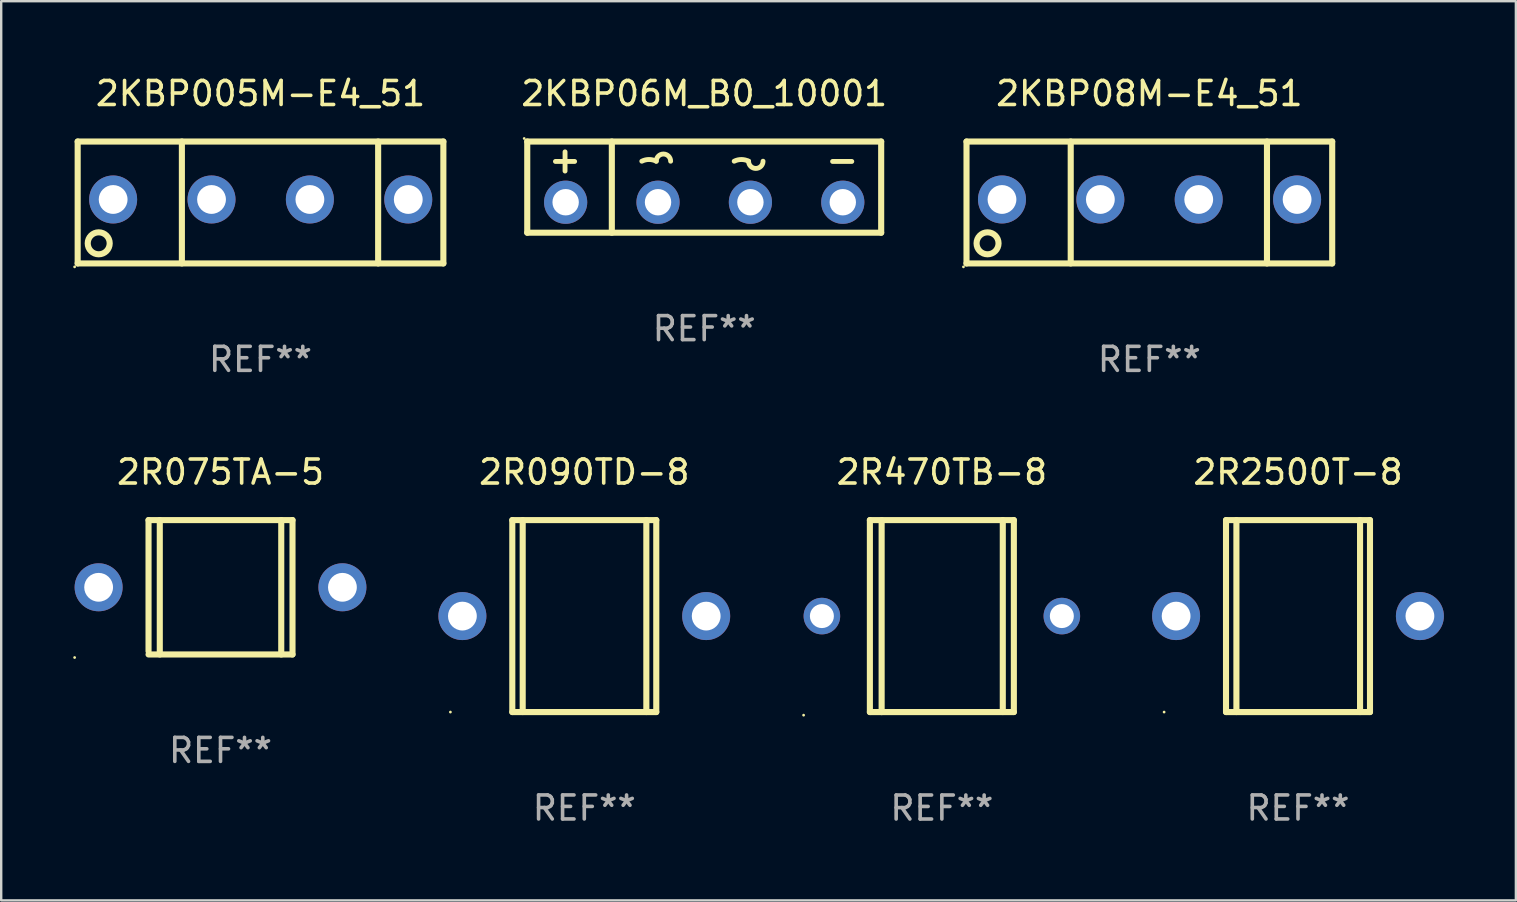
<source format=kicad_pcb>
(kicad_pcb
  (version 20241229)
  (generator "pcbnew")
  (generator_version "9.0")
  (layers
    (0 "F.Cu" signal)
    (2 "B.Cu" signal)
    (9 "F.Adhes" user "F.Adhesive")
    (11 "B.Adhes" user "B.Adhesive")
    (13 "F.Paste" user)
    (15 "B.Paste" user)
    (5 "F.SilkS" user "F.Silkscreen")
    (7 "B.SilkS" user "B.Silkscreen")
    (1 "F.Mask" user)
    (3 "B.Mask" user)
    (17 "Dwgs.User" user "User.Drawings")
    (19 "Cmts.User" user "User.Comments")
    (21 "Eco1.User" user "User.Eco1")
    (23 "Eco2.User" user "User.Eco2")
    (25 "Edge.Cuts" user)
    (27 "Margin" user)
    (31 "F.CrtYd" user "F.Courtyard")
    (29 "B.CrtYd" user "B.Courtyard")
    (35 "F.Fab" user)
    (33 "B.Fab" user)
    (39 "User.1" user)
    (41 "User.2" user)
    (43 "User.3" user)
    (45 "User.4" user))
  (footprint "2R075TA-5"
    (layer "F.Cu")
    (at 6.14 21.425)
    (property "Reference" "2R075TA-5" (at 0 -4.8 0) (layer "F.SilkS") (effects (font (size 1 1) (thickness 0.15))))
    (attr through_hole)
    (fp_line (start -3 -2.8) (end -3 2.667) (stroke (width 0.254) (type solid)) (layer "F.SilkS"))
    (fp_line (start -3 -2.8) (end 3 -2.8) (stroke (width 0.254) (type solid)) (layer "F.SilkS"))
    (fp_line (start -3 2.8) (end 3 2.8) (stroke (width 0.254) (type solid)) (layer "F.SilkS"))
    (fp_line (start -2.531 -2.8) (end -2.531 2.8) (stroke (width 0.254) (type solid)) (layer "F.SilkS"))
    (fp_line (start 2.531 -2.8) (end 2.531 2.8) (stroke (width 0.254) (type solid)) (layer "F.SilkS"))
    (fp_line (start 3 -2.8) (end 3 2.8) (stroke (width 0.254) (type solid)) (layer "F.SilkS"))
    (fp_circle (center -6.08 2.927) (end -6.05 2.927) (stroke (width 0.06) (type solid)) (fill no) (layer "F.SilkS"))
    (fp_text user "REF**" (at 0 6.8 0) (layer "F.Fab") (effects (font (size 1 1) (thickness 0.15))))
    (pad "1" thru_hole circle (at -5.08 0) (size 2 2) (drill 1.2) (layers "*.Cu" "*.Mask"))
    (pad "2" thru_hole circle (at 5.08 0) (size 2 2) (drill 1.2) (layers "*.Cu" "*.Mask")))
  (footprint "2R090TD-8"
    (layer "F.Cu")
    (at 21.3 22.625)
    (property "Reference" "2R090TD-8" (at 0 -6 0) (layer "F.SilkS") (effects (font (size 1 1) (thickness 0.15))))
    (attr through_hole)
    (fp_line (start -3 -4) (end -3 4) (stroke (width 0.254) (type solid)) (layer "F.SilkS"))
    (fp_line (start -3 -4) (end 3 -4) (stroke (width 0.254) (type solid)) (layer "F.SilkS"))
    (fp_line (start -3 4) (end 3 4) (stroke (width 0.254) (type solid)) (layer "F.SilkS"))
    (fp_line (start -2.567 -4) (end -2.567 4) (stroke (width 0.254) (type solid)) (layer "F.SilkS"))
    (fp_line (start 2.586 -4) (end 2.586 4) (stroke (width 0.254) (type solid)) (layer "F.SilkS"))
    (fp_line (start 3 -4) (end 3 4) (stroke (width 0.254) (type solid)) (layer "F.SilkS"))
    (fp_circle (center -5.58 4) (end -5.55 4) (stroke (width 0.06) (type solid)) (fill no) (layer "F.SilkS"))
    (fp_text user "REF**" (at 0 8 0) (layer "F.Fab") (effects (font (size 1 1) (thickness 0.15))))
    (pad "1" thru_hole circle (at -5.08 0) (size 2 2) (drill 1.2) (layers "*.Cu" "*.Mask"))
    (pad "2" thru_hole circle (at 5.08 0) (size 2 2) (drill 1.2) (layers "*.Cu" "*.Mask")))
  (footprint "2R470TB-8"
    (layer "F.Cu")
    (at 36.202 22.626)
    (property "Reference" "2R470TB-8" (at 0 -6.001 0) (layer "F.SilkS") (effects (font (size 1 1) (thickness 0.15))))
    (attr through_hole)
    (fp_line (start -3 -4.001) (end -3 3.999) (stroke (width 0.254) (type solid)) (layer "F.SilkS"))
    (fp_line (start -3 -4.001) (end 3 -4.001) (stroke (width 0.254) (type solid)) (layer "F.SilkS"))
    (fp_line (start -2.51 4.001) (end -2.51 -3.999) (stroke (width 0.254) (type solid)) (layer "F.SilkS"))
    (fp_line (start 2.539 3.999) (end 2.539 -4.001) (stroke (width 0.254) (type solid)) (layer "F.SilkS"))
    (fp_line (start 3 3.999) (end -3 3.999) (stroke (width 0.254) (type solid)) (layer "F.SilkS"))
    (fp_line (start 3 3.999) (end 3 -4.001) (stroke (width 0.254) (type solid)) (layer "F.SilkS"))
    (fp_circle (center -5.762 4.128) (end -5.732 4.128) (stroke (width 0.06) (type solid)) (fill no) (layer "F.SilkS"))
    (fp_text user "REF**" (at 0 8.001 0) (layer "F.Fab") (effects (font (size 1 1) (thickness 0.15))))
    (pad "1" thru_hole circle (at -5 -0.001) (size 1.524 1.524) (drill 1) (layers "*.Cu" "*.Mask"))
    (pad "2" thru_hole circle (at 5 -0.001) (size 1.524 1.524) (drill 1) (layers "*.Cu" "*.Mask")))
  (footprint "2KBP005M-E4_51"
    (layer "F.Cu")
    (at 7.807 5.388)
    (property "Reference" "2KBP005M-E4_51" (at 0 -4.54 0) (layer "F.SilkS") (effects (font (size 1 1) (thickness 0.15))))
    (attr through_hole)
    (fp_line (start -7.62 -2.54) (end -7.62 2.54) (stroke (width 0.254) (type solid)) (layer "F.SilkS"))
    (fp_line (start -7.62 -2.54) (end 7.62 -2.54) (stroke (width 0.254) (type solid)) (layer "F.SilkS"))
    (fp_line (start -7.62 2.54) (end 7.62 2.54) (stroke (width 0.254) (type solid)) (layer "F.SilkS"))
    (fp_line (start -3.277 -2.54) (end -3.277 2.54) (stroke (width 0.254) (type solid)) (layer "F.SilkS"))
    (fp_line (start 4.902 -2.54) (end 4.902 2.54) (stroke (width 0.254) (type solid)) (layer "F.SilkS"))
    (fp_line (start 7.62 -2.54) (end 7.62 2.54) (stroke (width 0.254) (type solid)) (layer "F.SilkS"))
    (fp_circle (center -7.747 2.683) (end -7.717 2.683) (stroke (width 0.06) (type solid)) (fill no) (layer "F.SilkS"))
    (fp_circle (center -6.743 1.702) (end -6.285 1.702) (stroke (width 0.254) (type solid)) (fill no) (layer "F.SilkS"))
    (fp_text user "REF**" (at 0 6.54 0) (layer "F.Fab") (effects (font (size 1 1) (thickness 0.15))))
    (pad "1" thru_hole circle (at -6.142 -0.125) (size 2 2) (drill 1.2) (layers "*.Cu" "*.Mask"))
    (pad "2" thru_hole circle (at -2.042 -0.125) (size 2 2) (drill 1.2) (layers "*.Cu" "*.Mask"))
    (pad "3" thru_hole circle (at 2.057 -0.125) (size 2 2) (drill 1.2) (layers "*.Cu" "*.Mask"))
    (pad "4" thru_hole circle (at 6.157 -0.125) (size 2 2) (drill 1.2) (layers "*.Cu" "*.Mask")))
  (footprint "2KBP06M_B0_10001"
    (layer "F.Cu")
    (at 26.298 4.748)
    (property "Reference" "2KBP06M_B0_10001" (at 0 -3.9 0) (layer "F.SilkS") (effects (font (size 1 1) (thickness 0.15))))
    (attr through_hole)
    (fp_line (start -7.375 1.9) (end -7.375 -1.9) (stroke (width 0.254) (type solid)) (layer "F.SilkS"))
    (fp_line (start -7.375 1.9) (end 7.375 1.9) (stroke (width 0.254) (type solid)) (layer "F.SilkS"))
    (fp_line (start -5.8 -0.67) (end -5.8 -1.47) (stroke (width 0.203) (type solid)) (layer "F.SilkS"))
    (fp_line (start -5.4 -1.07) (end -6.2 -1.07) (stroke (width 0.203) (type solid)) (layer "F.SilkS"))
    (fp_line (start -3.85 1.9) (end -3.85 -1.9) (stroke (width 0.254) (type solid)) (layer "F.SilkS"))
    (fp_line (start 6.15 -1.07) (end 5.35 -1.07) (stroke (width 0.203) (type solid)) (layer "F.SilkS"))
    (fp_line (start 7.375 -1.9) (end -7.375 -1.9) (stroke (width 0.254) (type solid)) (layer "F.SilkS"))
    (fp_line (start 7.375 1.9) (end 7.375 -1.9) (stroke (width 0.254) (type solid)) (layer "F.SilkS"))
    (fp_arc (start -2.600965 -1.079426) (mid -2.299974 -1.150585) (end -1.998984 -1.079425) (stroke (width 0.2032) (type solid)) (layer "F.SilkS"))
    (fp_arc (start -1.998983 -1.079427) (mid -1.699263 -1.378867) (end -1.399543 -1.079426) (stroke (width 0.2032) (type solid)) (layer "F.SilkS"))
    (fp_arc (start 1.249682 -1.079426) (mid 1.549403 -1.150151) (end 1.849124 -1.079426) (stroke (width 0.2032) (type solid)) (layer "F.SilkS"))
    (fp_arc (start 2.451105 -1.079426) (mid 2.150114 -0.779424) (end 1.849123 -1.079427) (stroke (width 0.2032) (type solid)) (layer "F.SilkS"))
    (fp_circle (center -7.502 -2.027) (end -7.472 -2.027) (stroke (width 0.06) (type solid)) (fill no) (layer "F.SilkS"))
    (fp_text user "REF**" (at 0 5.9 0) (layer "F.Fab") (effects (font (size 1 1) (thickness 0.15))))
    (pad "1" thru_hole circle (at -5.775 0.63) (size 1.8 1.8) (drill 1.1) (layers "*.Cu" "*.Mask"))
    (pad "2" thru_hole circle (at -1.925 0.63) (size 1.8 1.8) (drill 1.1) (layers "*.Cu" "*.Mask"))
    (pad "3" thru_hole circle (at 1.925 0.63) (size 1.8 1.8) (drill 1.1) (layers "*.Cu" "*.Mask"))
    (pad "4" thru_hole circle (at 5.775 0.63) (size 1.8 1.8) (drill 1.1) (layers "*.Cu" "*.Mask")))
  (footprint "2KBP08M-E4_51"
    (layer "F.Cu")
    (at 44.849 5.388)
    (property "Reference" "2KBP08M-E4_51" (at 0 -4.54 0) (layer "F.SilkS") (effects (font (size 1 1) (thickness 0.15))))
    (attr through_hole)
    (fp_line (start -7.62 -2.54) (end -7.62 2.54) (stroke (width 0.254) (type solid)) (layer "F.SilkS"))
    (fp_line (start -7.62 -2.54) (end 7.62 -2.54) (stroke (width 0.254) (type solid)) (layer "F.SilkS"))
    (fp_line (start -7.62 2.54) (end 7.62 2.54) (stroke (width 0.254) (type solid)) (layer "F.SilkS"))
    (fp_line (start -3.277 -2.54) (end -3.277 2.54) (stroke (width 0.254) (type solid)) (layer "F.SilkS"))
    (fp_line (start 4.902 -2.54) (end 4.902 2.54) (stroke (width 0.254) (type solid)) (layer "F.SilkS"))
    (fp_line (start 7.62 -2.54) (end 7.62 2.54) (stroke (width 0.254) (type solid)) (layer "F.SilkS"))
    (fp_circle (center -7.747 2.683) (end -7.717 2.683) (stroke (width 0.06) (type solid)) (fill no) (layer "F.SilkS"))
    (fp_circle (center -6.743 1.702) (end -6.285 1.702) (stroke (width 0.254) (type solid)) (fill no) (layer "F.SilkS"))
    (fp_text user "REF**" (at 0 6.54 0) (layer "F.Fab") (effects (font (size 1 1) (thickness 0.15))))
    (pad "1" thru_hole circle (at -6.142 -0.125) (size 2 2) (drill 1.2) (layers "*.Cu" "*.Mask"))
    (pad "2" thru_hole circle (at -2.042 -0.125) (size 2 2) (drill 1.2) (layers "*.Cu" "*.Mask"))
    (pad "3" thru_hole circle (at 2.057 -0.125) (size 2 2) (drill 1.2) (layers "*.Cu" "*.Mask"))
    (pad "4" thru_hole circle (at 6.157 -0.125) (size 2 2) (drill 1.2) (layers "*.Cu" "*.Mask")))
  (footprint "2R2500T-8"
    (layer "F.Cu")
    (at 51.044 22.625)
    (property "Reference" "2R2500T-8" (at 0 -6 0) (layer "F.SilkS") (effects (font (size 1 1) (thickness 0.15))))
    (attr through_hole)
    (fp_line (start -3 -4) (end -3 4) (stroke (width 0.254) (type solid)) (layer "F.SilkS"))
    (fp_line (start -3 -4) (end 3 -4) (stroke (width 0.254) (type solid)) (layer "F.SilkS"))
    (fp_line (start -3 4) (end 3 4) (stroke (width 0.254) (type solid)) (layer "F.SilkS"))
    (fp_line (start -2.567 -4) (end -2.567 4) (stroke (width 0.254) (type solid)) (layer "F.SilkS"))
    (fp_line (start 2.586 -4) (end 2.586 4) (stroke (width 0.254) (type solid)) (layer "F.SilkS"))
    (fp_line (start 3 -4) (end 3 4) (stroke (width 0.254) (type solid)) (layer "F.SilkS"))
    (fp_circle (center -5.58 4) (end -5.55 4) (stroke (width 0.06) (type solid)) (fill no) (layer "F.SilkS"))
    (fp_text user "REF**" (at 0 8 0) (layer "F.Fab") (effects (font (size 1 1) (thickness 0.15))))
    (pad "1" thru_hole circle (at -5.08 0) (size 2 2) (drill 1.2) (layers "*.Cu" "*.Mask"))
    (pad "2" thru_hole circle (at 5.08 0) (size 2 2) (drill 1.2) (layers "*.Cu" "*.Mask")))
  (gr_rect
    (start -3 -3)
    (end 60.124 34.475)
    (stroke (width 0.1) (type default))
    (fill no)
    (layer "Edge.Cuts")))
</source>
